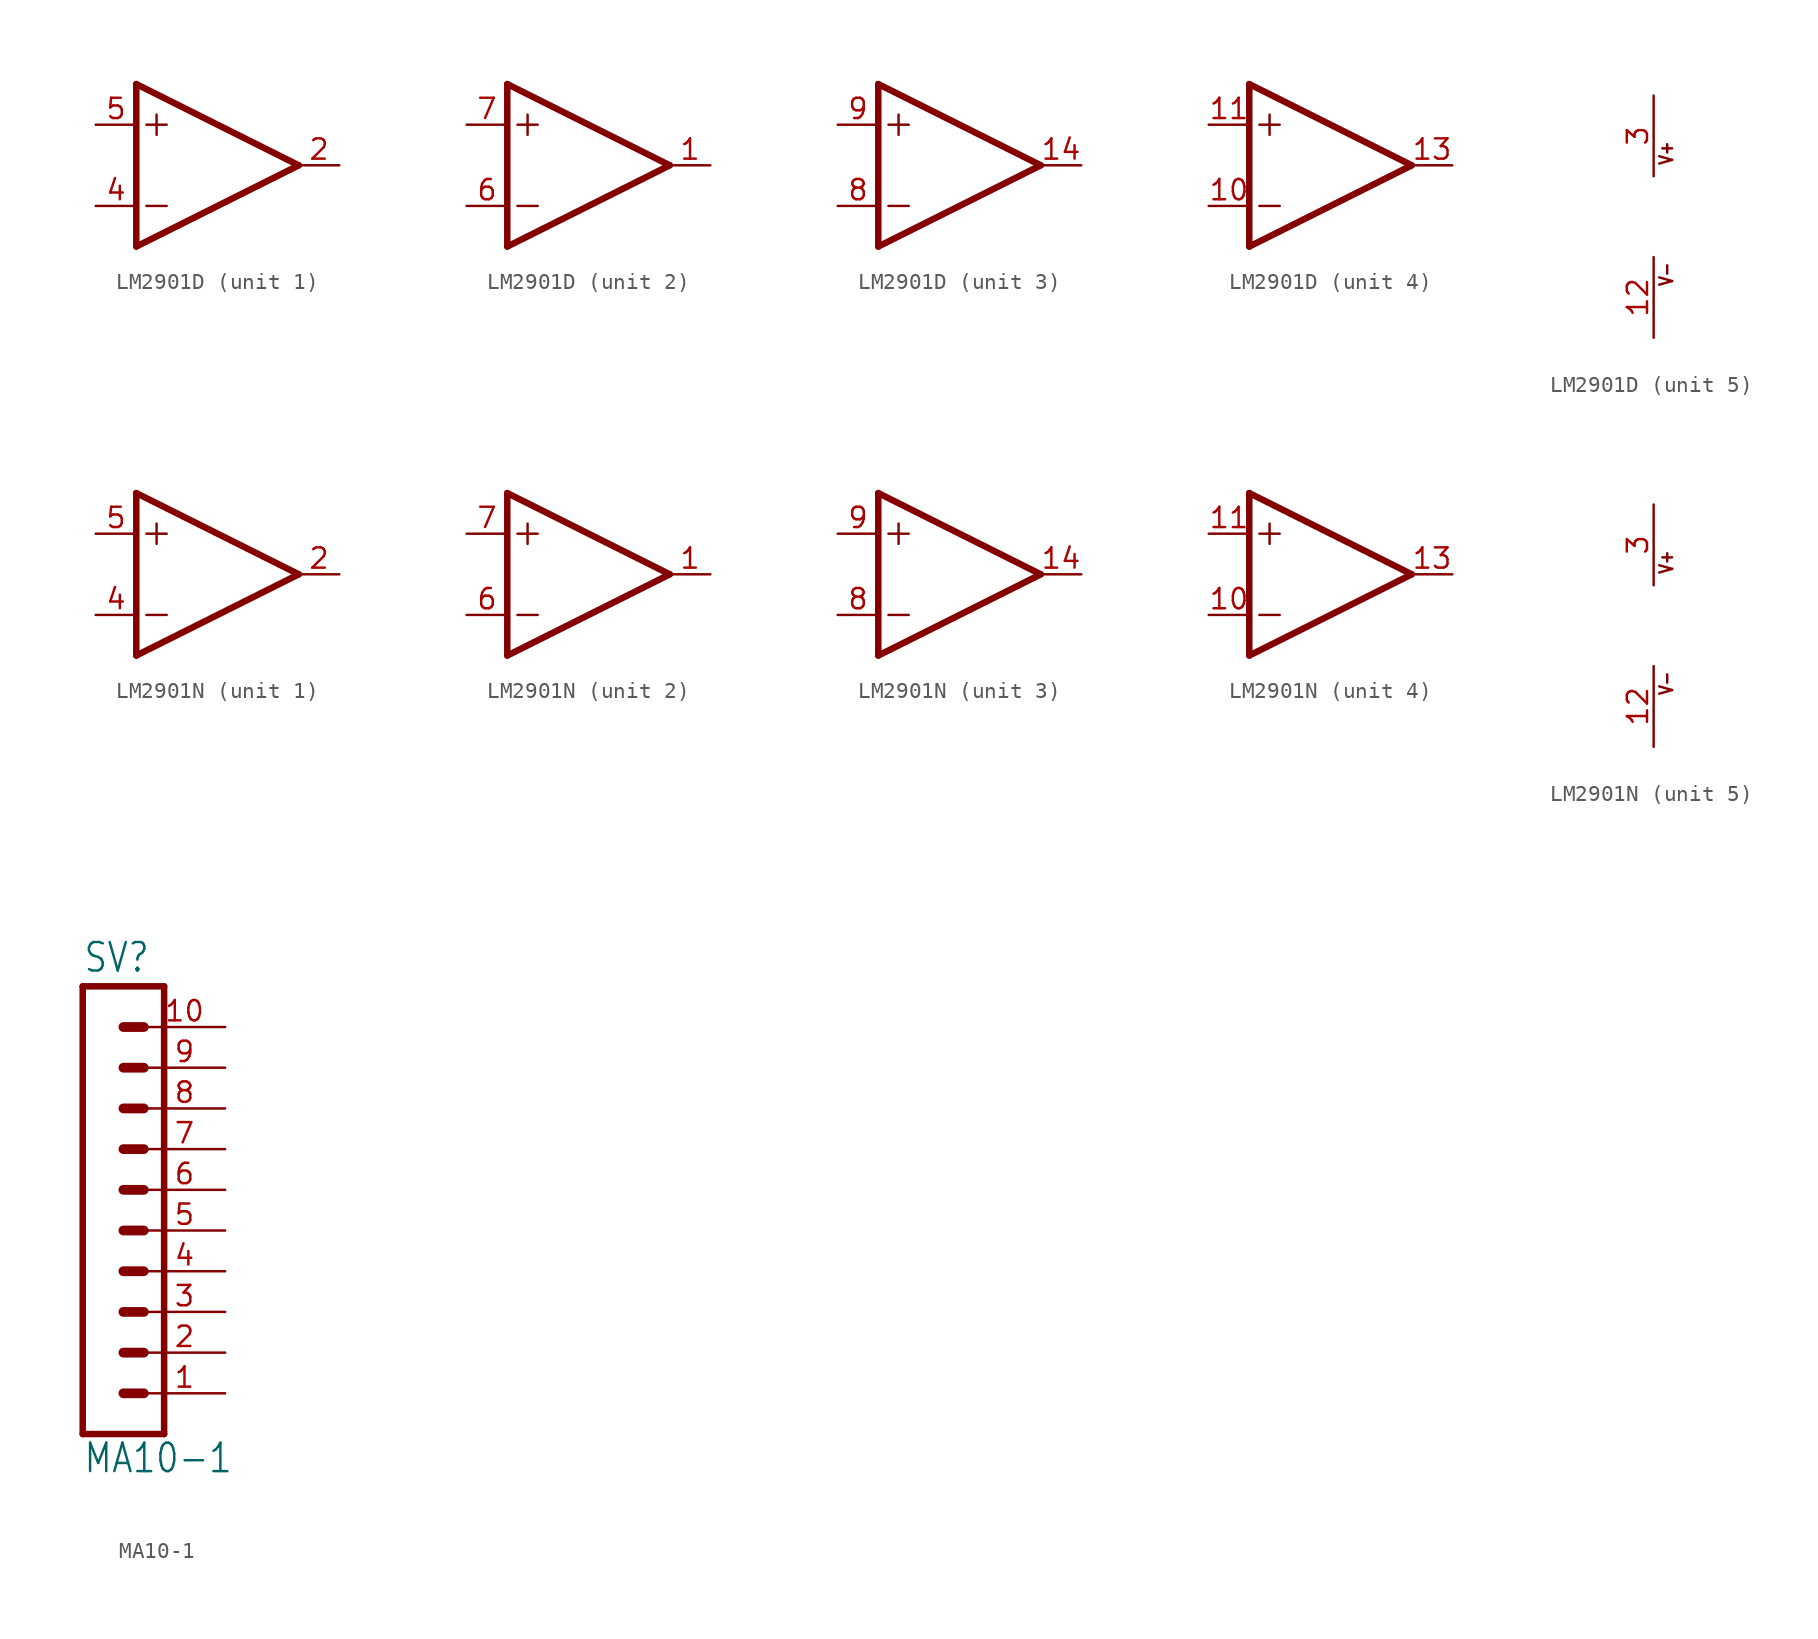
<source format=kicad_sym>
(kicad_symbol_lib
  (version 20211014)
  (generator kicad_symbol_editor)
  (symbol "LM2901D"
    (property "Reference" "IC"
      (at 2.54 3.175 0)
      (effects (font (size 1.778 1.511)) (justify left bottom) hide))
    (property "ki_locked" ""
      (at 0 0 0)
      (effects (font (size 1.27 1.27))))
    (symbol "LM2901D_1_0"
      (polyline (pts (xy -5.08 -5.08) (xy 5.08 0)) (stroke (width 0.406) (type default) (color 0 0 0 0)) (fill (type none)))
      (polyline (pts (xy -5.08 5.08) (xy -5.08 -5.08)) (stroke (width 0.406) (type default) (color 0 0 0 0)) (fill (type none)))
      (polyline (pts (xy -4.445 -2.54) (xy -3.175 -2.54)) (stroke (width 0.152) (type default) (color 0 0 0 0)) (fill (type none)))
      (polyline (pts (xy -4.445 2.54) (xy -3.175 2.54)) (stroke (width 0.152) (type default) (color 0 0 0 0)) (fill (type none)))
      (polyline (pts (xy -3.81 3.175) (xy -3.81 1.905)) (stroke (width 0.152) (type default) (color 0 0 0 0)) (fill (type none)))
      (polyline (pts (xy 5.08 0) (xy -5.08 5.08)) (stroke (width 0.406) (type default) (color 0 0 0 0)) (fill (type none)))
      (pin output line (at 7.62 0 180) (length 2.54) (name "OUT" (effects (font (size 0 0)))) (number "2" (effects (font (size 1.27 1.27)))))
      (pin input line (at -7.62 -2.54 0) (length 2.54) (name "-IN" (effects (font (size 0 0)))) (number "4" (effects (font (size 1.27 1.27)))))
      (pin input line (at -7.62 2.54 0) (length 2.54) (name "+IN" (effects (font (size 0 0)))) (number "5" (effects (font (size 1.27 1.27))))))
    (symbol "LM2901D_2_0"
      (polyline (pts (xy -5.08 -5.08) (xy 5.08 0)) (stroke (width 0.406) (type default) (color 0 0 0 0)) (fill (type none)))
      (polyline (pts (xy -5.08 5.08) (xy -5.08 -5.08)) (stroke (width 0.406) (type default) (color 0 0 0 0)) (fill (type none)))
      (polyline (pts (xy -4.445 -2.54) (xy -3.175 -2.54)) (stroke (width 0.152) (type default) (color 0 0 0 0)) (fill (type none)))
      (polyline (pts (xy -4.445 2.54) (xy -3.175 2.54)) (stroke (width 0.152) (type default) (color 0 0 0 0)) (fill (type none)))
      (polyline (pts (xy -3.81 3.175) (xy -3.81 1.905)) (stroke (width 0.152) (type default) (color 0 0 0 0)) (fill (type none)))
      (polyline (pts (xy 5.08 0) (xy -5.08 5.08)) (stroke (width 0.406) (type default) (color 0 0 0 0)) (fill (type none)))
      (pin output line (at 7.62 0 180) (length 2.54) (name "OUT" (effects (font (size 0 0)))) (number "1" (effects (font (size 1.27 1.27)))))
      (pin input line (at -7.62 -2.54 0) (length 2.54) (name "-IN" (effects (font (size 0 0)))) (number "6" (effects (font (size 1.27 1.27)))))
      (pin input line (at -7.62 2.54 0) (length 2.54) (name "+IN" (effects (font (size 0 0)))) (number "7" (effects (font (size 1.27 1.27))))))
    (symbol "LM2901D_3_0"
      (polyline (pts (xy -5.08 -5.08) (xy 5.08 0)) (stroke (width 0.406) (type default) (color 0 0 0 0)) (fill (type none)))
      (polyline (pts (xy -5.08 5.08) (xy -5.08 -5.08)) (stroke (width 0.406) (type default) (color 0 0 0 0)) (fill (type none)))
      (polyline (pts (xy -4.445 -2.54) (xy -3.175 -2.54)) (stroke (width 0.152) (type default) (color 0 0 0 0)) (fill (type none)))
      (polyline (pts (xy -4.445 2.54) (xy -3.175 2.54)) (stroke (width 0.152) (type default) (color 0 0 0 0)) (fill (type none)))
      (polyline (pts (xy -3.81 3.175) (xy -3.81 1.905)) (stroke (width 0.152) (type default) (color 0 0 0 0)) (fill (type none)))
      (polyline (pts (xy 5.08 0) (xy -5.08 5.08)) (stroke (width 0.406) (type default) (color 0 0 0 0)) (fill (type none)))
      (pin output line (at 7.62 0 180) (length 2.54) (name "OUT" (effects (font (size 0 0)))) (number "14" (effects (font (size 1.27 1.27)))))
      (pin input line (at -7.62 -2.54 0) (length 2.54) (name "-IN" (effects (font (size 0 0)))) (number "8" (effects (font (size 1.27 1.27)))))
      (pin input line (at -7.62 2.54 0) (length 2.54) (name "+IN" (effects (font (size 0 0)))) (number "9" (effects (font (size 1.27 1.27))))))
    (symbol "LM2901D_4_0"
      (polyline (pts (xy -5.08 -5.08) (xy 5.08 0)) (stroke (width 0.406) (type default) (color 0 0 0 0)) (fill (type none)))
      (polyline (pts (xy -5.08 5.08) (xy -5.08 -5.08)) (stroke (width 0.406) (type default) (color 0 0 0 0)) (fill (type none)))
      (polyline (pts (xy -4.445 -2.54) (xy -3.175 -2.54)) (stroke (width 0.152) (type default) (color 0 0 0 0)) (fill (type none)))
      (polyline (pts (xy -4.445 2.54) (xy -3.175 2.54)) (stroke (width 0.152) (type default) (color 0 0 0 0)) (fill (type none)))
      (polyline (pts (xy -3.81 3.175) (xy -3.81 1.905)) (stroke (width 0.152) (type default) (color 0 0 0 0)) (fill (type none)))
      (polyline (pts (xy 5.08 0) (xy -5.08 5.08)) (stroke (width 0.406) (type default) (color 0 0 0 0)) (fill (type none)))
      (pin input line (at -7.62 -2.54 0) (length 2.54) (name "-IN" (effects (font (size 0 0)))) (number "10" (effects (font (size 1.27 1.27)))))
      (pin input line (at -7.62 2.54 0) (length 2.54) (name "+IN" (effects (font (size 0 0)))) (number "11" (effects (font (size 1.27 1.27)))))
      (pin output line (at 7.62 0 180) (length 2.54) (name "OUT" (effects (font (size 0 0)))) (number "13" (effects (font (size 1.27 1.27))))))
    (symbol "LM2901D_5_0"
      (text "V+" (at 1.27 3.175 900) (effects (font (size 0.813 0.691)) (justify left bottom)))
      (text "V-" (at 1.27 -4.445 900) (effects (font (size 0.813 0.691)) (justify left bottom)))
      (pin power_in line (at 0 -7.62 90) (length 5.08) (name "V-" (effects (font (size 0 0)))) (number "12" (effects (font (size 1.27 1.27)))))
      (pin power_in line (at 0 7.62 270) (length 5.08) (name "V+" (effects (font (size 0 0)))) (number "3" (effects (font (size 1.27 1.27)))))))
  (symbol "LM2901N"
    (property "Reference" "IC"
      (at 2.54 3.175 0)
      (effects (font (size 1.778 1.511)) (justify left bottom) hide))
    (property "ki_locked" ""
      (at 0 0 0)
      (effects (font (size 1.27 1.27))))
    (symbol "LM2901N_1_0"
      (polyline (pts (xy -5.08 -5.08) (xy 5.08 0)) (stroke (width 0.406) (type default) (color 0 0 0 0)) (fill (type none)))
      (polyline (pts (xy -5.08 5.08) (xy -5.08 -5.08)) (stroke (width 0.406) (type default) (color 0 0 0 0)) (fill (type none)))
      (polyline (pts (xy -4.445 -2.54) (xy -3.175 -2.54)) (stroke (width 0.152) (type default) (color 0 0 0 0)) (fill (type none)))
      (polyline (pts (xy -4.445 2.54) (xy -3.175 2.54)) (stroke (width 0.152) (type default) (color 0 0 0 0)) (fill (type none)))
      (polyline (pts (xy -3.81 3.175) (xy -3.81 1.905)) (stroke (width 0.152) (type default) (color 0 0 0 0)) (fill (type none)))
      (polyline (pts (xy 5.08 0) (xy -5.08 5.08)) (stroke (width 0.406) (type default) (color 0 0 0 0)) (fill (type none)))
      (pin output line (at 7.62 0 180) (length 2.54) (name "OUT" (effects (font (size 0 0)))) (number "2" (effects (font (size 1.27 1.27)))))
      (pin input line (at -7.62 -2.54 0) (length 2.54) (name "-IN" (effects (font (size 0 0)))) (number "4" (effects (font (size 1.27 1.27)))))
      (pin input line (at -7.62 2.54 0) (length 2.54) (name "+IN" (effects (font (size 0 0)))) (number "5" (effects (font (size 1.27 1.27))))))
    (symbol "LM2901N_2_0"
      (polyline (pts (xy -5.08 -5.08) (xy 5.08 0)) (stroke (width 0.406) (type default) (color 0 0 0 0)) (fill (type none)))
      (polyline (pts (xy -5.08 5.08) (xy -5.08 -5.08)) (stroke (width 0.406) (type default) (color 0 0 0 0)) (fill (type none)))
      (polyline (pts (xy -4.445 -2.54) (xy -3.175 -2.54)) (stroke (width 0.152) (type default) (color 0 0 0 0)) (fill (type none)))
      (polyline (pts (xy -4.445 2.54) (xy -3.175 2.54)) (stroke (width 0.152) (type default) (color 0 0 0 0)) (fill (type none)))
      (polyline (pts (xy -3.81 3.175) (xy -3.81 1.905)) (stroke (width 0.152) (type default) (color 0 0 0 0)) (fill (type none)))
      (polyline (pts (xy 5.08 0) (xy -5.08 5.08)) (stroke (width 0.406) (type default) (color 0 0 0 0)) (fill (type none)))
      (pin output line (at 7.62 0 180) (length 2.54) (name "OUT" (effects (font (size 0 0)))) (number "1" (effects (font (size 1.27 1.27)))))
      (pin input line (at -7.62 -2.54 0) (length 2.54) (name "-IN" (effects (font (size 0 0)))) (number "6" (effects (font (size 1.27 1.27)))))
      (pin input line (at -7.62 2.54 0) (length 2.54) (name "+IN" (effects (font (size 0 0)))) (number "7" (effects (font (size 1.27 1.27))))))
    (symbol "LM2901N_3_0"
      (polyline (pts (xy -5.08 -5.08) (xy 5.08 0)) (stroke (width 0.406) (type default) (color 0 0 0 0)) (fill (type none)))
      (polyline (pts (xy -5.08 5.08) (xy -5.08 -5.08)) (stroke (width 0.406) (type default) (color 0 0 0 0)) (fill (type none)))
      (polyline (pts (xy -4.445 -2.54) (xy -3.175 -2.54)) (stroke (width 0.152) (type default) (color 0 0 0 0)) (fill (type none)))
      (polyline (pts (xy -4.445 2.54) (xy -3.175 2.54)) (stroke (width 0.152) (type default) (color 0 0 0 0)) (fill (type none)))
      (polyline (pts (xy -3.81 3.175) (xy -3.81 1.905)) (stroke (width 0.152) (type default) (color 0 0 0 0)) (fill (type none)))
      (polyline (pts (xy 5.08 0) (xy -5.08 5.08)) (stroke (width 0.406) (type default) (color 0 0 0 0)) (fill (type none)))
      (pin output line (at 7.62 0 180) (length 2.54) (name "OUT" (effects (font (size 0 0)))) (number "14" (effects (font (size 1.27 1.27)))))
      (pin input line (at -7.62 -2.54 0) (length 2.54) (name "-IN" (effects (font (size 0 0)))) (number "8" (effects (font (size 1.27 1.27)))))
      (pin input line (at -7.62 2.54 0) (length 2.54) (name "+IN" (effects (font (size 0 0)))) (number "9" (effects (font (size 1.27 1.27))))))
    (symbol "LM2901N_4_0"
      (polyline (pts (xy -5.08 -5.08) (xy 5.08 0)) (stroke (width 0.406) (type default) (color 0 0 0 0)) (fill (type none)))
      (polyline (pts (xy -5.08 5.08) (xy -5.08 -5.08)) (stroke (width 0.406) (type default) (color 0 0 0 0)) (fill (type none)))
      (polyline (pts (xy -4.445 -2.54) (xy -3.175 -2.54)) (stroke (width 0.152) (type default) (color 0 0 0 0)) (fill (type none)))
      (polyline (pts (xy -4.445 2.54) (xy -3.175 2.54)) (stroke (width 0.152) (type default) (color 0 0 0 0)) (fill (type none)))
      (polyline (pts (xy -3.81 3.175) (xy -3.81 1.905)) (stroke (width 0.152) (type default) (color 0 0 0 0)) (fill (type none)))
      (polyline (pts (xy 5.08 0) (xy -5.08 5.08)) (stroke (width 0.406) (type default) (color 0 0 0 0)) (fill (type none)))
      (pin input line (at -7.62 -2.54 0) (length 2.54) (name "-IN" (effects (font (size 0 0)))) (number "10" (effects (font (size 1.27 1.27)))))
      (pin input line (at -7.62 2.54 0) (length 2.54) (name "+IN" (effects (font (size 0 0)))) (number "11" (effects (font (size 1.27 1.27)))))
      (pin output line (at 7.62 0 180) (length 2.54) (name "OUT" (effects (font (size 0 0)))) (number "13" (effects (font (size 1.27 1.27))))))
    (symbol "LM2901N_5_0"
      (text "V+" (at 1.27 3.175 900) (effects (font (size 0.813 0.691)) (justify left bottom)))
      (text "V-" (at 1.27 -4.445 900) (effects (font (size 0.813 0.691)) (justify left bottom)))
      (pin power_in line (at 0 -7.62 90) (length 5.08) (name "V-" (effects (font (size 0 0)))) (number "12" (effects (font (size 1.27 1.27)))))
      (pin power_in line (at 0 7.62 270) (length 5.08) (name "V+" (effects (font (size 0 0)))) (number "3" (effects (font (size 1.27 1.27)))))))
  (symbol "MA10-1"
    (property "Reference" "SV"
      (at -1.27 16.002 0)
      (effects (font (size 1.778 1.511)) (justify left bottom)))
    (property "Value" "MA10-1"
      (at -1.27 -15.24 0)
      (effects (font (size 1.778 1.511)) (justify left bottom)))
    (property "ki_locked" ""
      (at 0 0 0)
      (effects (font (size 1.27 1.27))))
    (symbol "MA10-1_1_0"
      (polyline (pts (xy -1.27 15.24) (xy -1.27 -12.7)) (stroke (width 0.406) (type default) (color 0 0 0 0)) (fill (type none)))
      (polyline (pts (xy -1.27 15.24) (xy 3.81 15.24)) (stroke (width 0.406) (type default) (color 0 0 0 0)) (fill (type none)))
      (polyline (pts (xy 1.27 -10.16) (xy 2.54 -10.16)) (stroke (width 0.61) (type default) (color 0 0 0 0)) (fill (type none)))
      (polyline (pts (xy 1.27 -7.62) (xy 2.54 -7.62)) (stroke (width 0.61) (type default) (color 0 0 0 0)) (fill (type none)))
      (polyline (pts (xy 1.27 -5.08) (xy 2.54 -5.08)) (stroke (width 0.61) (type default) (color 0 0 0 0)) (fill (type none)))
      (polyline (pts (xy 1.27 -2.54) (xy 2.54 -2.54)) (stroke (width 0.61) (type default) (color 0 0 0 0)) (fill (type none)))
      (polyline (pts (xy 1.27 0) (xy 2.54 0)) (stroke (width 0.61) (type default) (color 0 0 0 0)) (fill (type none)))
      (polyline (pts (xy 1.27 2.54) (xy 2.54 2.54)) (stroke (width 0.61) (type default) (color 0 0 0 0)) (fill (type none)))
      (polyline (pts (xy 1.27 5.08) (xy 2.54 5.08)) (stroke (width 0.61) (type default) (color 0 0 0 0)) (fill (type none)))
      (polyline (pts (xy 1.27 7.62) (xy 2.54 7.62)) (stroke (width 0.61) (type default) (color 0 0 0 0)) (fill (type none)))
      (polyline (pts (xy 1.27 10.16) (xy 2.54 10.16)) (stroke (width 0.61) (type default) (color 0 0 0 0)) (fill (type none)))
      (polyline (pts (xy 1.27 12.7) (xy 2.54 12.7)) (stroke (width 0.61) (type default) (color 0 0 0 0)) (fill (type none)))
      (polyline (pts (xy 3.81 -12.7) (xy -1.27 -12.7)) (stroke (width 0.406) (type default) (color 0 0 0 0)) (fill (type none)))
      (polyline (pts (xy 3.81 -12.7) (xy 3.81 15.24)) (stroke (width 0.406) (type default) (color 0 0 0 0)) (fill (type none)))
      (pin passive line (at 7.62 -10.16 180) (length 5.08) (name "1" (effects (font (size 0 0)))) (number "1" (effects (font (size 1.27 1.27)))))
      (pin passive line (at 7.62 12.7 180) (length 5.08) (name "10" (effects (font (size 0 0)))) (number "10" (effects (font (size 1.27 1.27)))))
      (pin passive line (at 7.62 -7.62 180) (length 5.08) (name "2" (effects (font (size 0 0)))) (number "2" (effects (font (size 1.27 1.27)))))
      (pin passive line (at 7.62 -5.08 180) (length 5.08) (name "3" (effects (font (size 0 0)))) (number "3" (effects (font (size 1.27 1.27)))))
      (pin passive line (at 7.62 -2.54 180) (length 5.08) (name "4" (effects (font (size 0 0)))) (number "4" (effects (font (size 1.27 1.27)))))
      (pin passive line (at 7.62 0 180) (length 5.08) (name "5" (effects (font (size 0 0)))) (number "5" (effects (font (size 1.27 1.27)))))
      (pin passive line (at 7.62 2.54 180) (length 5.08) (name "6" (effects (font (size 0 0)))) (number "6" (effects (font (size 1.27 1.27)))))
      (pin passive line (at 7.62 5.08 180) (length 5.08) (name "7" (effects (font (size 0 0)))) (number "7" (effects (font (size 1.27 1.27)))))
      (pin passive line (at 7.62 7.62 180) (length 5.08) (name "8" (effects (font (size 0 0)))) (number "8" (effects (font (size 1.27 1.27)))))
      (pin passive line (at 7.62 10.16 180) (length 5.08) (name "9" (effects (font (size 0 0)))) (number "9" (effects (font (size 1.27 1.27))))))))
</source>
